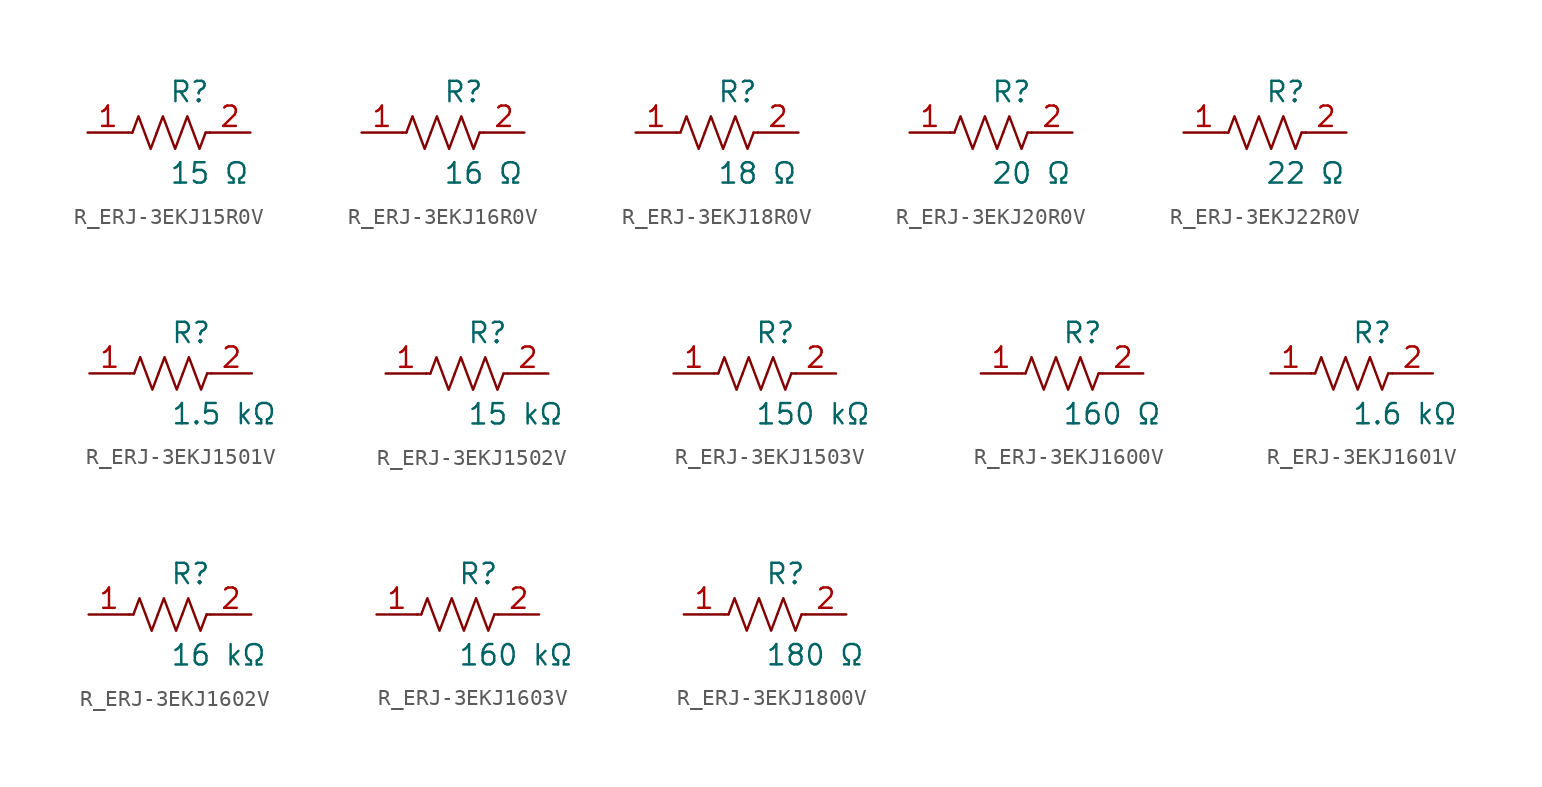
<source format=kicad_sym>
(kicad_symbol_lib
  (version 20231120)
  (generator "kicad_symbol_editor")
  (generator_version "8.0")
  (symbol "R_ERJ-3EKJ15R0V"
    (pin_names
      (offset 0.254))
    (property "Reference" "R"
      (at 0 2.54 0)
      (effects (font (size 1.27 1.27)) (justify left)))
    (property "Value" "15 Ω"
      (at 0 -2.54 0)
      (effects (font (size 1.27 1.27)) (justify left)))
    (symbol "R_ERJ-3EKJ15R0V_0_1"
      (polyline (pts (xy 2.286 0) (xy 2.54 0)) (stroke (width 0) (type default)) (fill (type none)))
      (polyline (pts (xy -2.286 0) (xy -2.54 0)) (stroke (width 0) (type default)) (fill (type none)))
      (polyline (pts (xy 0.762 0) (xy 1.143 1.016) (xy 1.524 0) (xy 1.905 -1.016) (xy 2.286 0)) (stroke (width 0) (type default)) (fill (type none)))
      (polyline (pts (xy -0.762 0) (xy -0.381 1.016) (xy 0 0) (xy 0.381 -1.016) (xy 0.762 0)) (stroke (width 0) (type default)) (fill (type none)))
      (polyline (pts (xy -2.286 0) (xy -1.905 1.016) (xy -1.524 0) (xy -1.143 -1.016) (xy -0.762 0)) (stroke (width 0) (type default)) (fill (type none))))
    (pin unspecified line
      (at -5.08 0 0)
      (length 2.54)
      (name "" (effects (font (size 1.27 1.27))))
      (number "1" (effects (font (size 1.27 1.27)))))
    (pin unspecified line
      (at 5.08 0 180)
      (length 2.54)
      (name "" (effects (font (size 1.27 1.27))))
      (number "2" (effects (font (size 1.27 1.27))))))
  (symbol "R_ERJ-3EKJ16R0V"
    (pin_names
      (offset 0.254))
    (property "Reference" "R"
      (at 0 2.54 0)
      (effects (font (size 1.27 1.27)) (justify left)))
    (property "Value" "16 Ω"
      (at 0 -2.54 0)
      (effects (font (size 1.27 1.27)) (justify left)))
    (symbol "R_ERJ-3EKJ16R0V_0_1"
      (polyline (pts (xy 2.286 0) (xy 2.54 0)) (stroke (width 0) (type default)) (fill (type none)))
      (polyline (pts (xy -2.286 0) (xy -2.54 0)) (stroke (width 0) (type default)) (fill (type none)))
      (polyline (pts (xy 0.762 0) (xy 1.143 1.016) (xy 1.524 0) (xy 1.905 -1.016) (xy 2.286 0)) (stroke (width 0) (type default)) (fill (type none)))
      (polyline (pts (xy -0.762 0) (xy -0.381 1.016) (xy 0 0) (xy 0.381 -1.016) (xy 0.762 0)) (stroke (width 0) (type default)) (fill (type none)))
      (polyline (pts (xy -2.286 0) (xy -1.905 1.016) (xy -1.524 0) (xy -1.143 -1.016) (xy -0.762 0)) (stroke (width 0) (type default)) (fill (type none))))
    (pin unspecified line
      (at -5.08 0 0)
      (length 2.54)
      (name "" (effects (font (size 1.27 1.27))))
      (number "1" (effects (font (size 1.27 1.27)))))
    (pin unspecified line
      (at 5.08 0 180)
      (length 2.54)
      (name "" (effects (font (size 1.27 1.27))))
      (number "2" (effects (font (size 1.27 1.27))))))
  (symbol "R_ERJ-3EKJ18R0V"
    (pin_names
      (offset 0.254))
    (property "Reference" "R"
      (at 0 2.54 0)
      (effects (font (size 1.27 1.27)) (justify left)))
    (property "Value" "18 Ω"
      (at 0 -2.54 0)
      (effects (font (size 1.27 1.27)) (justify left)))
    (symbol "R_ERJ-3EKJ18R0V_0_1"
      (polyline (pts (xy 2.286 0) (xy 2.54 0)) (stroke (width 0) (type default)) (fill (type none)))
      (polyline (pts (xy -2.286 0) (xy -2.54 0)) (stroke (width 0) (type default)) (fill (type none)))
      (polyline (pts (xy 0.762 0) (xy 1.143 1.016) (xy 1.524 0) (xy 1.905 -1.016) (xy 2.286 0)) (stroke (width 0) (type default)) (fill (type none)))
      (polyline (pts (xy -0.762 0) (xy -0.381 1.016) (xy 0 0) (xy 0.381 -1.016) (xy 0.762 0)) (stroke (width 0) (type default)) (fill (type none)))
      (polyline (pts (xy -2.286 0) (xy -1.905 1.016) (xy -1.524 0) (xy -1.143 -1.016) (xy -0.762 0)) (stroke (width 0) (type default)) (fill (type none))))
    (pin unspecified line
      (at -5.08 0 0)
      (length 2.54)
      (name "" (effects (font (size 1.27 1.27))))
      (number "1" (effects (font (size 1.27 1.27)))))
    (pin unspecified line
      (at 5.08 0 180)
      (length 2.54)
      (name "" (effects (font (size 1.27 1.27))))
      (number "2" (effects (font (size 1.27 1.27))))))
  (symbol "R_ERJ-3EKJ20R0V"
    (pin_names
      (offset 0.254))
    (property "Reference" "R"
      (at 0 2.54 0)
      (effects (font (size 1.27 1.27)) (justify left)))
    (property "Value" "20 Ω"
      (at 0 -2.54 0)
      (effects (font (size 1.27 1.27)) (justify left)))
    (symbol "R_ERJ-3EKJ20R0V_0_1"
      (polyline (pts (xy 2.286 0) (xy 2.54 0)) (stroke (width 0) (type default)) (fill (type none)))
      (polyline (pts (xy -2.286 0) (xy -2.54 0)) (stroke (width 0) (type default)) (fill (type none)))
      (polyline (pts (xy 0.762 0) (xy 1.143 1.016) (xy 1.524 0) (xy 1.905 -1.016) (xy 2.286 0)) (stroke (width 0) (type default)) (fill (type none)))
      (polyline (pts (xy -0.762 0) (xy -0.381 1.016) (xy 0 0) (xy 0.381 -1.016) (xy 0.762 0)) (stroke (width 0) (type default)) (fill (type none)))
      (polyline (pts (xy -2.286 0) (xy -1.905 1.016) (xy -1.524 0) (xy -1.143 -1.016) (xy -0.762 0)) (stroke (width 0) (type default)) (fill (type none))))
    (pin unspecified line
      (at -5.08 0 0)
      (length 2.54)
      (name "" (effects (font (size 1.27 1.27))))
      (number "1" (effects (font (size 1.27 1.27)))))
    (pin unspecified line
      (at 5.08 0 180)
      (length 2.54)
      (name "" (effects (font (size 1.27 1.27))))
      (number "2" (effects (font (size 1.27 1.27))))))
  (symbol "R_ERJ-3EKJ22R0V"
    (pin_names
      (offset 0.254))
    (property "Reference" "R"
      (at 0 2.54 0)
      (effects (font (size 1.27 1.27)) (justify left)))
    (property "Value" "22 Ω"
      (at 0 -2.54 0)
      (effects (font (size 1.27 1.27)) (justify left)))
    (symbol "R_ERJ-3EKJ22R0V_0_1"
      (polyline (pts (xy 2.286 0) (xy 2.54 0)) (stroke (width 0) (type default)) (fill (type none)))
      (polyline (pts (xy -2.286 0) (xy -2.54 0)) (stroke (width 0) (type default)) (fill (type none)))
      (polyline (pts (xy 0.762 0) (xy 1.143 1.016) (xy 1.524 0) (xy 1.905 -1.016) (xy 2.286 0)) (stroke (width 0) (type default)) (fill (type none)))
      (polyline (pts (xy -0.762 0) (xy -0.381 1.016) (xy 0 0) (xy 0.381 -1.016) (xy 0.762 0)) (stroke (width 0) (type default)) (fill (type none)))
      (polyline (pts (xy -2.286 0) (xy -1.905 1.016) (xy -1.524 0) (xy -1.143 -1.016) (xy -0.762 0)) (stroke (width 0) (type default)) (fill (type none))))
    (pin unspecified line
      (at -5.08 0 0)
      (length 2.54)
      (name "" (effects (font (size 1.27 1.27))))
      (number "1" (effects (font (size 1.27 1.27)))))
    (pin unspecified line
      (at 5.08 0 180)
      (length 2.54)
      (name "" (effects (font (size 1.27 1.27))))
      (number "2" (effects (font (size 1.27 1.27))))))
  (symbol "R_ERJ-3EKJ1501V"
    (pin_names
      (offset 0.254))
    (property "Reference" "R"
      (at 0 2.54 0)
      (effects (font (size 1.27 1.27)) (justify left)))
    (property "Value" "1.5 kΩ"
      (at 0 -2.54 0)
      (effects (font (size 1.27 1.27)) (justify left)))
    (symbol "R_ERJ-3EKJ1501V_0_1"
      (polyline (pts (xy 2.286 0) (xy 2.54 0)) (stroke (width 0) (type default)) (fill (type none)))
      (polyline (pts (xy -2.286 0) (xy -2.54 0)) (stroke (width 0) (type default)) (fill (type none)))
      (polyline (pts (xy 0.762 0) (xy 1.143 1.016) (xy 1.524 0) (xy 1.905 -1.016) (xy 2.286 0)) (stroke (width 0) (type default)) (fill (type none)))
      (polyline (pts (xy -0.762 0) (xy -0.381 1.016) (xy 0 0) (xy 0.381 -1.016) (xy 0.762 0)) (stroke (width 0) (type default)) (fill (type none)))
      (polyline (pts (xy -2.286 0) (xy -1.905 1.016) (xy -1.524 0) (xy -1.143 -1.016) (xy -0.762 0)) (stroke (width 0) (type default)) (fill (type none))))
    (pin unspecified line
      (at -5.08 0 0)
      (length 2.54)
      (name "" (effects (font (size 1.27 1.27))))
      (number "1" (effects (font (size 1.27 1.27)))))
    (pin unspecified line
      (at 5.08 0 180)
      (length 2.54)
      (name "" (effects (font (size 1.27 1.27))))
      (number "2" (effects (font (size 1.27 1.27))))))
  (symbol "R_ERJ-3EKJ1502V"
    (pin_names
      (offset 0.254))
    (property "Reference" "R"
      (at 0 2.54 0)
      (effects (font (size 1.27 1.27)) (justify left)))
    (property "Value" "15 kΩ"
      (at 0 -2.54 0)
      (effects (font (size 1.27 1.27)) (justify left)))
    (symbol "R_ERJ-3EKJ1502V_0_1"
      (polyline (pts (xy 2.286 0) (xy 2.54 0)) (stroke (width 0) (type default)) (fill (type none)))
      (polyline (pts (xy -2.286 0) (xy -2.54 0)) (stroke (width 0) (type default)) (fill (type none)))
      (polyline (pts (xy 0.762 0) (xy 1.143 1.016) (xy 1.524 0) (xy 1.905 -1.016) (xy 2.286 0)) (stroke (width 0) (type default)) (fill (type none)))
      (polyline (pts (xy -0.762 0) (xy -0.381 1.016) (xy 0 0) (xy 0.381 -1.016) (xy 0.762 0)) (stroke (width 0) (type default)) (fill (type none)))
      (polyline (pts (xy -2.286 0) (xy -1.905 1.016) (xy -1.524 0) (xy -1.143 -1.016) (xy -0.762 0)) (stroke (width 0) (type default)) (fill (type none))))
    (pin unspecified line
      (at -5.08 0 0)
      (length 2.54)
      (name "" (effects (font (size 1.27 1.27))))
      (number "1" (effects (font (size 1.27 1.27)))))
    (pin unspecified line
      (at 5.08 0 180)
      (length 2.54)
      (name "" (effects (font (size 1.27 1.27))))
      (number "2" (effects (font (size 1.27 1.27))))))
  (symbol "R_ERJ-3EKJ1503V"
    (pin_names
      (offset 0.254))
    (property "Reference" "R"
      (at 0 2.54 0)
      (effects (font (size 1.27 1.27)) (justify left)))
    (property "Value" "150 kΩ"
      (at 0 -2.54 0)
      (effects (font (size 1.27 1.27)) (justify left)))
    (symbol "R_ERJ-3EKJ1503V_0_1"
      (polyline (pts (xy 2.286 0) (xy 2.54 0)) (stroke (width 0) (type default)) (fill (type none)))
      (polyline (pts (xy -2.286 0) (xy -2.54 0)) (stroke (width 0) (type default)) (fill (type none)))
      (polyline (pts (xy 0.762 0) (xy 1.143 1.016) (xy 1.524 0) (xy 1.905 -1.016) (xy 2.286 0)) (stroke (width 0) (type default)) (fill (type none)))
      (polyline (pts (xy -0.762 0) (xy -0.381 1.016) (xy 0 0) (xy 0.381 -1.016) (xy 0.762 0)) (stroke (width 0) (type default)) (fill (type none)))
      (polyline (pts (xy -2.286 0) (xy -1.905 1.016) (xy -1.524 0) (xy -1.143 -1.016) (xy -0.762 0)) (stroke (width 0) (type default)) (fill (type none))))
    (pin unspecified line
      (at -5.08 0 0)
      (length 2.54)
      (name "" (effects (font (size 1.27 1.27))))
      (number "1" (effects (font (size 1.27 1.27)))))
    (pin unspecified line
      (at 5.08 0 180)
      (length 2.54)
      (name "" (effects (font (size 1.27 1.27))))
      (number "2" (effects (font (size 1.27 1.27))))))
  (symbol "R_ERJ-3EKJ1600V"
    (pin_names
      (offset 0.254))
    (property "Reference" "R"
      (at 0 2.54 0)
      (effects (font (size 1.27 1.27)) (justify left)))
    (property "Value" "160 Ω"
      (at 0 -2.54 0)
      (effects (font (size 1.27 1.27)) (justify left)))
    (symbol "R_ERJ-3EKJ1600V_0_1"
      (polyline (pts (xy 2.286 0) (xy 2.54 0)) (stroke (width 0) (type default)) (fill (type none)))
      (polyline (pts (xy -2.286 0) (xy -2.54 0)) (stroke (width 0) (type default)) (fill (type none)))
      (polyline (pts (xy 0.762 0) (xy 1.143 1.016) (xy 1.524 0) (xy 1.905 -1.016) (xy 2.286 0)) (stroke (width 0) (type default)) (fill (type none)))
      (polyline (pts (xy -0.762 0) (xy -0.381 1.016) (xy 0 0) (xy 0.381 -1.016) (xy 0.762 0)) (stroke (width 0) (type default)) (fill (type none)))
      (polyline (pts (xy -2.286 0) (xy -1.905 1.016) (xy -1.524 0) (xy -1.143 -1.016) (xy -0.762 0)) (stroke (width 0) (type default)) (fill (type none))))
    (pin unspecified line
      (at -5.08 0 0)
      (length 2.54)
      (name "" (effects (font (size 1.27 1.27))))
      (number "1" (effects (font (size 1.27 1.27)))))
    (pin unspecified line
      (at 5.08 0 180)
      (length 2.54)
      (name "" (effects (font (size 1.27 1.27))))
      (number "2" (effects (font (size 1.27 1.27))))))
  (symbol "R_ERJ-3EKJ1601V"
    (pin_names
      (offset 0.254))
    (property "Reference" "R"
      (at 0 2.54 0)
      (effects (font (size 1.27 1.27)) (justify left)))
    (property "Value" "1.6 kΩ"
      (at 0 -2.54 0)
      (effects (font (size 1.27 1.27)) (justify left)))
    (symbol "R_ERJ-3EKJ1601V_0_1"
      (polyline (pts (xy 2.286 0) (xy 2.54 0)) (stroke (width 0) (type default)) (fill (type none)))
      (polyline (pts (xy -2.286 0) (xy -2.54 0)) (stroke (width 0) (type default)) (fill (type none)))
      (polyline (pts (xy 0.762 0) (xy 1.143 1.016) (xy 1.524 0) (xy 1.905 -1.016) (xy 2.286 0)) (stroke (width 0) (type default)) (fill (type none)))
      (polyline (pts (xy -0.762 0) (xy -0.381 1.016) (xy 0 0) (xy 0.381 -1.016) (xy 0.762 0)) (stroke (width 0) (type default)) (fill (type none)))
      (polyline (pts (xy -2.286 0) (xy -1.905 1.016) (xy -1.524 0) (xy -1.143 -1.016) (xy -0.762 0)) (stroke (width 0) (type default)) (fill (type none))))
    (pin unspecified line
      (at -5.08 0 0)
      (length 2.54)
      (name "" (effects (font (size 1.27 1.27))))
      (number "1" (effects (font (size 1.27 1.27)))))
    (pin unspecified line
      (at 5.08 0 180)
      (length 2.54)
      (name "" (effects (font (size 1.27 1.27))))
      (number "2" (effects (font (size 1.27 1.27))))))
  (symbol "R_ERJ-3EKJ1602V"
    (pin_names
      (offset 0.254))
    (property "Reference" "R"
      (at 0 2.54 0)
      (effects (font (size 1.27 1.27)) (justify left)))
    (property "Value" "16 kΩ"
      (at 0 -2.54 0)
      (effects (font (size 1.27 1.27)) (justify left)))
    (symbol "R_ERJ-3EKJ1602V_0_1"
      (polyline (pts (xy 2.286 0) (xy 2.54 0)) (stroke (width 0) (type default)) (fill (type none)))
      (polyline (pts (xy -2.286 0) (xy -2.54 0)) (stroke (width 0) (type default)) (fill (type none)))
      (polyline (pts (xy 0.762 0) (xy 1.143 1.016) (xy 1.524 0) (xy 1.905 -1.016) (xy 2.286 0)) (stroke (width 0) (type default)) (fill (type none)))
      (polyline (pts (xy -0.762 0) (xy -0.381 1.016) (xy 0 0) (xy 0.381 -1.016) (xy 0.762 0)) (stroke (width 0) (type default)) (fill (type none)))
      (polyline (pts (xy -2.286 0) (xy -1.905 1.016) (xy -1.524 0) (xy -1.143 -1.016) (xy -0.762 0)) (stroke (width 0) (type default)) (fill (type none))))
    (pin unspecified line
      (at -5.08 0 0)
      (length 2.54)
      (name "" (effects (font (size 1.27 1.27))))
      (number "1" (effects (font (size 1.27 1.27)))))
    (pin unspecified line
      (at 5.08 0 180)
      (length 2.54)
      (name "" (effects (font (size 1.27 1.27))))
      (number "2" (effects (font (size 1.27 1.27))))))
  (symbol "R_ERJ-3EKJ1603V"
    (pin_names
      (offset 0.254))
    (property "Reference" "R"
      (at 0 2.54 0)
      (effects (font (size 1.27 1.27)) (justify left)))
    (property "Value" "160 kΩ"
      (at 0 -2.54 0)
      (effects (font (size 1.27 1.27)) (justify left)))
    (symbol "R_ERJ-3EKJ1603V_0_1"
      (polyline (pts (xy 2.286 0) (xy 2.54 0)) (stroke (width 0) (type default)) (fill (type none)))
      (polyline (pts (xy -2.286 0) (xy -2.54 0)) (stroke (width 0) (type default)) (fill (type none)))
      (polyline (pts (xy 0.762 0) (xy 1.143 1.016) (xy 1.524 0) (xy 1.905 -1.016) (xy 2.286 0)) (stroke (width 0) (type default)) (fill (type none)))
      (polyline (pts (xy -0.762 0) (xy -0.381 1.016) (xy 0 0) (xy 0.381 -1.016) (xy 0.762 0)) (stroke (width 0) (type default)) (fill (type none)))
      (polyline (pts (xy -2.286 0) (xy -1.905 1.016) (xy -1.524 0) (xy -1.143 -1.016) (xy -0.762 0)) (stroke (width 0) (type default)) (fill (type none))))
    (pin unspecified line
      (at -5.08 0 0)
      (length 2.54)
      (name "" (effects (font (size 1.27 1.27))))
      (number "1" (effects (font (size 1.27 1.27)))))
    (pin unspecified line
      (at 5.08 0 180)
      (length 2.54)
      (name "" (effects (font (size 1.27 1.27))))
      (number "2" (effects (font (size 1.27 1.27))))))
  (symbol "R_ERJ-3EKJ1800V"
    (pin_names
      (offset 0.254))
    (property "Reference" "R"
      (at 0 2.54 0)
      (effects (font (size 1.27 1.27)) (justify left)))
    (property "Value" "180 Ω"
      (at 0 -2.54 0)
      (effects (font (size 1.27 1.27)) (justify left)))
    (symbol "R_ERJ-3EKJ1800V_0_1"
      (polyline (pts (xy 2.286 0) (xy 2.54 0)) (stroke (width 0) (type default)) (fill (type none)))
      (polyline (pts (xy -2.286 0) (xy -2.54 0)) (stroke (width 0) (type default)) (fill (type none)))
      (polyline (pts (xy 0.762 0) (xy 1.143 1.016) (xy 1.524 0) (xy 1.905 -1.016) (xy 2.286 0)) (stroke (width 0) (type default)) (fill (type none)))
      (polyline (pts (xy -0.762 0) (xy -0.381 1.016) (xy 0 0) (xy 0.381 -1.016) (xy 0.762 0)) (stroke (width 0) (type default)) (fill (type none)))
      (polyline (pts (xy -2.286 0) (xy -1.905 1.016) (xy -1.524 0) (xy -1.143 -1.016) (xy -0.762 0)) (stroke (width 0) (type default)) (fill (type none))))
    (pin unspecified line
      (at -5.08 0 0)
      (length 2.54)
      (name "" (effects (font (size 1.27 1.27))))
      (number "1" (effects (font (size 1.27 1.27)))))
    (pin unspecified line
      (at 5.08 0 180)
      (length 2.54)
      (name "" (effects (font (size 1.27 1.27))))
      (number "2" (effects (font (size 1.27 1.27)))))))
</source>
